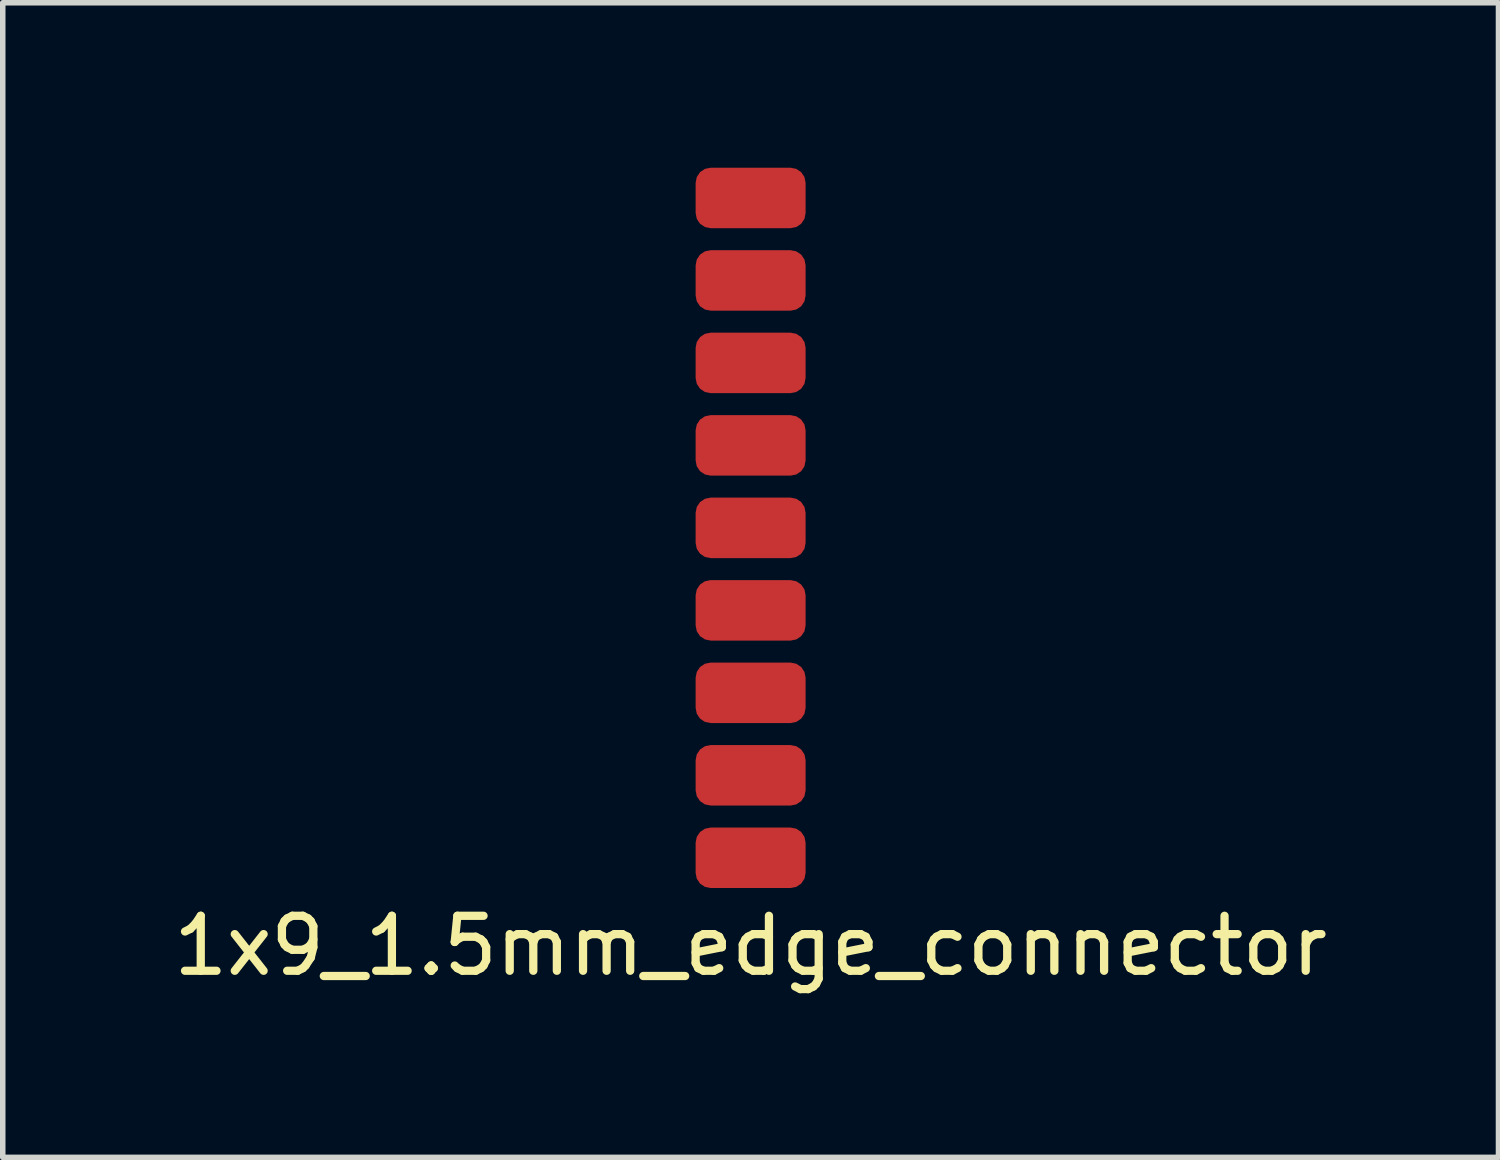
<source format=kicad_pcb>
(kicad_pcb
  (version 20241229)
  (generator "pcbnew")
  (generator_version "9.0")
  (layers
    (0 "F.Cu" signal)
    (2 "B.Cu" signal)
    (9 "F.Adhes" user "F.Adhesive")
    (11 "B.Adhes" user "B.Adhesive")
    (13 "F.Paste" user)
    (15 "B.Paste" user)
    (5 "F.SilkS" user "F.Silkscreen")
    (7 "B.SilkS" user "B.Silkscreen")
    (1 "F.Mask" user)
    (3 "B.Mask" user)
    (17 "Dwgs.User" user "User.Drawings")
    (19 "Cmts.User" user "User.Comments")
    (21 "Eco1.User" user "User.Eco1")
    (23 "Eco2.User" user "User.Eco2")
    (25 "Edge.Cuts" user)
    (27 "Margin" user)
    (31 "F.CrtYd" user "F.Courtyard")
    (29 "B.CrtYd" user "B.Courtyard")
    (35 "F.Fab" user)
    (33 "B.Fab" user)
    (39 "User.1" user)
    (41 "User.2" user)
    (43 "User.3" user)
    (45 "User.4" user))
  (footprint "1x9_1.5mm_edge_connector"
    (layer "F.Cu")
    (at 10.601 12.55)
    (property "Reference" "1x9_1.5mm_edge_connector" (at 0 1.6 0) (layer "F.SilkS") (effects (font (size 1 1) (thickness 0.15))))
    (attr through_hole)
    (pad "1" smd roundrect (at 0 0) (size 2 1.1) (layers "F.Cu" "F.Mask") (roundrect_rratio 0.25))
    (pad "2" smd roundrect (at 0 -1.5) (size 2 1.1) (layers "F.Cu" "F.Mask") (roundrect_rratio 0.25))
    (pad "3" smd roundrect (at 0 -3) (size 2 1.1) (layers "F.Cu" "F.Mask") (roundrect_rratio 0.25))
    (pad "4" smd roundrect (at 0 -4.5) (size 2 1.1) (layers "F.Cu" "F.Mask") (roundrect_rratio 0.25))
    (pad "5" smd roundrect (at 0 -6) (size 2 1.1) (layers "F.Cu" "F.Mask") (roundrect_rratio 0.25))
    (pad "6" smd roundrect (at 0 -7.5) (size 2 1.1) (layers "F.Cu" "F.Mask") (roundrect_rratio 0.25))
    (pad "7" smd roundrect (at 0 -9) (size 2 1.1) (layers "F.Cu" "F.Mask") (roundrect_rratio 0.25))
    (pad "8" smd roundrect (at 0 -10.5) (size 2 1.1) (layers "F.Cu" "F.Mask") (roundrect_rratio 0.25))
    (pad "9" smd roundrect (at 0 -12) (size 2 1.1) (layers "F.Cu" "F.Mask") (roundrect_rratio 0.25)))
  (gr_rect
    (start -3 -3)
    (end 24.202 17.998)
    (stroke (width 0.1) (type default))
    (fill no)
    (layer "Edge.Cuts")))
</source>
